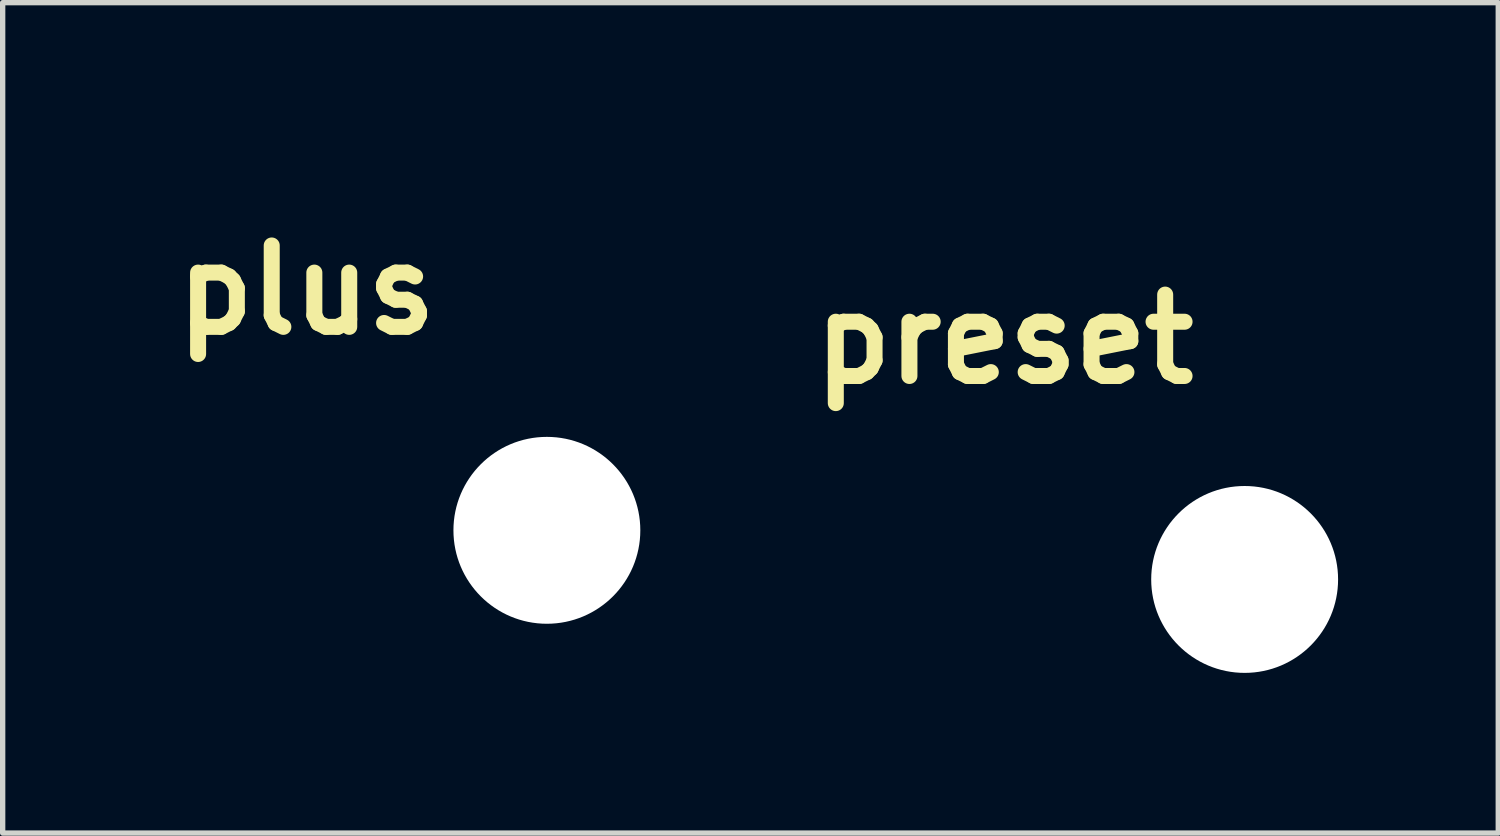
<source format=kicad_pcb>
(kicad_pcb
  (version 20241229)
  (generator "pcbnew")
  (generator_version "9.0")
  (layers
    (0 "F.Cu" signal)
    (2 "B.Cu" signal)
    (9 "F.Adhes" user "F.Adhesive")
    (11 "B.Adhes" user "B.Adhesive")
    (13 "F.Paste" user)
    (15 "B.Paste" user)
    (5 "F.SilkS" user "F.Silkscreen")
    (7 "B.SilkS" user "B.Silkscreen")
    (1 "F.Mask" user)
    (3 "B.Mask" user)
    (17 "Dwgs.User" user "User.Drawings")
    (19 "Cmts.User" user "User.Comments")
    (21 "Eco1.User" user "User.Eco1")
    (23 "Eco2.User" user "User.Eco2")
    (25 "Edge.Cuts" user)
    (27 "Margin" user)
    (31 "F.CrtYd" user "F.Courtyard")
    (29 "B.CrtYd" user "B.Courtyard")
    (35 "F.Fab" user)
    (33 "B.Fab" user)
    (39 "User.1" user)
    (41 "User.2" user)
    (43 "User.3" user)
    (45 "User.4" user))
  (footprint "plus"
    (layer "F.Cu")
    (at 7.192 6.882)
    (property "Reference" "plus" (at -4.5 -4.5 0) (layer "F.SilkS") (effects (font (size 1.524 1.524) (thickness 0.3))))
    (attr through_hole)
    (fp_poly (pts (xy -4.405 -6.873) (xy -4.332 -6.854) (xy -4.267 -6.82) (xy -4.209 -6.772) (xy -4.16 -6.711) (xy -4.123 -6.641) (xy -4.12 -6.635) (xy -4.118 -6.627) (xy -4.116 -6.617) (xy -4.114 -6.604) (xy -4.112 -6.588) (xy -4.111 -6.566) (xy -4.11 -6.538) (xy -4.109 -6.503) (xy -4.108 -6.46) (xy -4.107 -6.407) (xy -4.107 -6.345) (xy -4.106 -6.271) (xy -4.106 -6.186) (xy -4.105 -6.087) (xy -4.105 -5.974) (xy -4.104 -5.845) (xy -4.104 -5.747) (xy -4.102 -4.89) (xy -2.388 -4.885) (xy -2.342 -4.865) (xy -2.272 -4.827) (xy -2.213 -4.778) (xy -2.167 -4.719) (xy -2.135 -4.652) (xy -2.117 -4.579) (xy -2.115 -4.509) (xy -2.127 -4.437) (xy -2.155 -4.368) (xy -2.196 -4.306) (xy -2.248 -4.254) (xy -2.31 -4.213) (xy -2.316 -4.21) (xy -2.371 -4.183) (xy -3.237 -4.18) (xy -4.102 -4.178) (xy -4.104 -3.283) (xy -4.104 -3.139) (xy -4.105 -3.01) (xy -4.105 -2.896) (xy -4.105 -2.796) (xy -4.106 -2.709) (xy -4.106 -2.634) (xy -4.107 -2.57) (xy -4.109 -2.515) (xy -4.11 -2.47) (xy -4.112 -2.432) (xy -4.115 -2.401) (xy -4.118 -2.376) (xy -4.122 -2.355) (xy -4.126 -2.339) (xy -4.132 -2.325) (xy -4.138 -2.313) (xy -4.145 -2.301) (xy -4.153 -2.29) (xy -4.162 -2.277) (xy -4.169 -2.266) (xy -4.212 -2.215) (xy -4.267 -2.172) (xy -4.329 -2.14) (xy -4.396 -2.12) (xy -4.465 -2.113) (xy -4.532 -2.12) (xy -4.564 -2.128) (xy -4.635 -2.161) (xy -4.697 -2.206) (xy -4.749 -2.262) (xy -4.786 -2.323) (xy -4.809 -2.371) (xy -4.813 -3.273) (xy -4.817 -4.174) (xy -5.719 -4.178) (xy -6.62 -4.183) (xy -6.676 -4.21) (xy -6.739 -4.25) (xy -6.792 -4.301) (xy -6.834 -4.363) (xy -6.862 -4.431) (xy -6.876 -4.503) (xy -6.877 -4.509) (xy -6.873 -4.587) (xy -6.854 -4.659) (xy -6.82 -4.725) (xy -6.772 -4.783) (xy -6.711 -4.832) (xy -6.641 -4.869) (xy -6.635 -4.871) (xy -6.627 -4.874) (xy -6.618 -4.876) (xy -6.605 -4.878) (xy -6.589 -4.879) (xy -6.567 -4.881) (xy -6.54 -4.882) (xy -6.506 -4.883) (xy -6.463 -4.884) (xy -6.412 -4.884) (xy -6.351 -4.885) (xy -6.279 -4.885) (xy -6.195 -4.886) (xy -6.099 -4.886) (xy -5.988 -4.887) (xy -5.863 -4.887) (xy -5.721 -4.887) (xy -5.708 -4.887) (xy -4.813 -4.89) (xy -4.811 -5.755) (xy -4.809 -6.62) (xy -4.782 -6.676) (xy -4.742 -6.739) (xy -4.69 -6.792) (xy -4.629 -6.834) (xy -4.561 -6.862) (xy -4.489 -6.876) (xy -4.482 -6.877) (xy -4.405 -6.873)) (stroke (width 0.01) (type solid)) (fill yes) (layer "F.Mask"))
    (fp_poly (pts (xy -4.405 -6.873) (xy -4.332 -6.854) (xy -4.267 -6.82) (xy -4.209 -6.772) (xy -4.16 -6.711) (xy -4.123 -6.641) (xy -4.12 -6.635) (xy -4.118 -6.627) (xy -4.116 -6.617) (xy -4.114 -6.604) (xy -4.112 -6.588) (xy -4.111 -6.566) (xy -4.11 -6.538) (xy -4.109 -6.503) (xy -4.108 -6.46) (xy -4.107 -6.407) (xy -4.107 -6.345) (xy -4.106 -6.271) (xy -4.106 -6.186) (xy -4.105 -6.087) (xy -4.105 -5.974) (xy -4.104 -5.845) (xy -4.104 -5.747) (xy -4.102 -4.89) (xy -2.388 -4.885) (xy -2.342 -4.865) (xy -2.272 -4.827) (xy -2.213 -4.778) (xy -2.167 -4.719) (xy -2.135 -4.652) (xy -2.117 -4.579) (xy -2.115 -4.509) (xy -2.127 -4.437) (xy -2.155 -4.368) (xy -2.196 -4.306) (xy -2.248 -4.254) (xy -2.31 -4.213) (xy -2.316 -4.21) (xy -2.371 -4.183) (xy -3.237 -4.18) (xy -4.102 -4.178) (xy -4.104 -3.283) (xy -4.104 -3.139) (xy -4.105 -3.01) (xy -4.105 -2.896) (xy -4.105 -2.796) (xy -4.106 -2.709) (xy -4.106 -2.634) (xy -4.107 -2.57) (xy -4.109 -2.515) (xy -4.11 -2.47) (xy -4.112 -2.432) (xy -4.115 -2.401) (xy -4.118 -2.376) (xy -4.122 -2.355) (xy -4.126 -2.339) (xy -4.132 -2.325) (xy -4.138 -2.313) (xy -4.145 -2.301) (xy -4.153 -2.29) (xy -4.162 -2.277) (xy -4.169 -2.266) (xy -4.212 -2.215) (xy -4.267 -2.172) (xy -4.329 -2.14) (xy -4.396 -2.12) (xy -4.465 -2.113) (xy -4.532 -2.12) (xy -4.564 -2.128) (xy -4.635 -2.161) (xy -4.697 -2.206) (xy -4.749 -2.262) (xy -4.786 -2.323) (xy -4.809 -2.371) (xy -4.813 -3.273) (xy -4.817 -4.174) (xy -5.719 -4.178) (xy -6.62 -4.183) (xy -6.676 -4.21) (xy -6.739 -4.25) (xy -6.792 -4.301) (xy -6.834 -4.363) (xy -6.862 -4.431) (xy -6.876 -4.503) (xy -6.877 -4.509) (xy -6.873 -4.587) (xy -6.854 -4.659) (xy -6.82 -4.725) (xy -6.772 -4.783) (xy -6.711 -4.832) (xy -6.641 -4.869) (xy -6.635 -4.871) (xy -6.627 -4.874) (xy -6.618 -4.876) (xy -6.605 -4.878) (xy -6.589 -4.879) (xy -6.567 -4.881) (xy -6.54 -4.882) (xy -6.506 -4.883) (xy -6.463 -4.884) (xy -6.412 -4.884) (xy -6.351 -4.885) (xy -6.279 -4.885) (xy -6.195 -4.886) (xy -6.099 -4.886) (xy -5.988 -4.887) (xy -5.863 -4.887) (xy -5.721 -4.887) (xy -5.708 -4.887) (xy -4.813 -4.89) (xy -4.811 -5.755) (xy -4.809 -6.62) (xy -4.782 -6.676) (xy -4.742 -6.739) (xy -4.69 -6.792) (xy -4.629 -6.834) (xy -4.561 -6.862) (xy -4.489 -6.876) (xy -4.482 -6.877) (xy -4.405 -6.873)) (stroke (width 0.01) (type solid)) (fill yes) (layer "B.Mask"))
    (pad "" np_thru_hole circle (at 0 0) (size 3.5 3.5) (drill 3.5) (layers "*.Cu" "*.Mask")))
  (footprint "preset"
    (layer "F.Cu")
    (at 20.26 7.802)
    (property "Reference" "preset" (at -4.5 -4.5 0) (layer "F.SilkS") (effects (font (size 1.524 1.524) (thickness 0.3))))
    (attr through_hole)
    (fp_poly (pts (xy -2.421 -5.882) (xy -2.375 -5.853) (xy -2.34 -5.819) (xy -2.312 -5.777) (xy -2.287 -5.731) (xy -2.284 -5.314) (xy -2.284 -5.213) (xy -2.283 -5.127) (xy -2.284 -5.056) (xy -2.284 -4.997) (xy -2.286 -4.948) (xy -2.288 -4.909) (xy -2.292 -4.878) (xy -2.296 -4.854) (xy -2.303 -4.834) (xy -2.311 -4.817) (xy -2.32 -4.803) (xy -2.332 -4.788) (xy -2.346 -4.773) (xy -2.346 -4.772) (xy -2.394 -4.731) (xy -2.447 -4.704) (xy -2.503 -4.692) (xy -2.56 -4.693) (xy -2.615 -4.707) (xy -2.666 -4.734) (xy -2.71 -4.775) (xy -2.745 -4.827) (xy -2.746 -4.829) (xy -2.769 -4.877) (xy -2.775 -5.414) (xy -6.217 -5.414) (xy -6.22 -5.145) (xy -6.22 -5.07) (xy -6.221 -5.01) (xy -6.222 -4.963) (xy -6.224 -4.927) (xy -6.225 -4.899) (xy -6.228 -4.879) (xy -6.231 -4.863) (xy -6.235 -4.851) (xy -6.24 -4.839) (xy -6.24 -4.838) (xy -6.273 -4.786) (xy -6.316 -4.743) (xy -6.367 -4.712) (xy -6.422 -4.693) (xy -6.48 -4.689) (xy -6.517 -4.695) (xy -6.577 -4.718) (xy -6.629 -4.755) (xy -6.648 -4.775) (xy -6.662 -4.791) (xy -6.673 -4.805) (xy -6.682 -4.819) (xy -6.69 -4.836) (xy -6.696 -4.855) (xy -6.7 -4.88) (xy -6.704 -4.911) (xy -6.706 -4.95) (xy -6.707 -4.999) (xy -6.708 -5.058) (xy -6.708 -5.13) (xy -6.708 -5.216) (xy -6.707 -5.314) (xy -6.707 -5.408) (xy -6.706 -5.488) (xy -6.706 -5.553) (xy -6.705 -5.607) (xy -6.704 -5.649) (xy -6.703 -5.682) (xy -6.701 -5.707) (xy -6.699 -5.725) (xy -6.697 -5.739) (xy -6.694 -5.75) (xy -6.69 -5.758) (xy -6.686 -5.766) (xy -6.657 -5.813) (xy -6.623 -5.848) (xy -6.581 -5.876) (xy -6.536 -5.901) (xy -2.456 -5.901) (xy -2.421 -5.882)) (stroke (width 0.01) (type solid)) (fill yes) (layer "F.Mask"))
    (fp_poly (pts (xy -2.421 -7.778) (xy -2.375 -7.749) (xy -2.34 -7.715) (xy -2.312 -7.673) (xy -2.287 -7.627) (xy -2.284 -7.209) (xy -2.284 -7.109) (xy -2.283 -7.023) (xy -2.284 -6.952) (xy -2.284 -6.892) (xy -2.286 -6.844) (xy -2.288 -6.805) (xy -2.292 -6.774) (xy -2.296 -6.75) (xy -2.303 -6.73) (xy -2.311 -6.713) (xy -2.32 -6.699) (xy -2.332 -6.684) (xy -2.346 -6.669) (xy -2.346 -6.668) (xy -2.394 -6.627) (xy -2.447 -6.6) (xy -2.503 -6.587) (xy -2.56 -6.588) (xy -2.615 -6.603) (xy -2.666 -6.63) (xy -2.71 -6.67) (xy -2.745 -6.723) (xy -2.746 -6.724) (xy -2.769 -6.773) (xy -2.775 -7.31) (xy -6.217 -7.31) (xy -6.22 -7.041) (xy -6.22 -6.966) (xy -6.221 -6.906) (xy -6.222 -6.859) (xy -6.224 -6.823) (xy -6.225 -6.795) (xy -6.228 -6.775) (xy -6.231 -6.759) (xy -6.235 -6.747) (xy -6.24 -6.735) (xy -6.24 -6.734) (xy -6.257 -6.703) (xy -6.279 -6.672) (xy -6.285 -6.665) (xy -6.324 -6.631) (xy -6.373 -6.606) (xy -6.426 -6.59) (xy -6.479 -6.586) (xy -6.527 -6.593) (xy -6.574 -6.612) (xy -6.61 -6.634) (xy -6.643 -6.665) (xy -6.648 -6.671) (xy -6.662 -6.687) (xy -6.673 -6.701) (xy -6.682 -6.715) (xy -6.69 -6.732) (xy -6.696 -6.751) (xy -6.7 -6.776) (xy -6.704 -6.807) (xy -6.706 -6.846) (xy -6.707 -6.895) (xy -6.708 -6.954) (xy -6.708 -7.026) (xy -6.708 -7.112) (xy -6.707 -7.209) (xy -6.707 -7.304) (xy -6.706 -7.384) (xy -6.706 -7.449) (xy -6.705 -7.502) (xy -6.704 -7.545) (xy -6.703 -7.578) (xy -6.701 -7.603) (xy -6.699 -7.621) (xy -6.697 -7.635) (xy -6.694 -7.645) (xy -6.69 -7.654) (xy -6.686 -7.662) (xy -6.657 -7.709) (xy -6.623 -7.744) (xy -6.581 -7.772) (xy -6.536 -7.797) (xy -2.456 -7.797) (xy -2.421 -7.778)) (stroke (width 0.01) (type solid)) (fill yes) (layer "F.Mask"))
    (fp_poly (pts (xy -4.522 -3.958) (xy -2.515 -3.958) (xy -2.473 -3.938) (xy -2.442 -3.92) (xy -2.411 -3.895) (xy -2.396 -3.881) (xy -2.387 -3.872) (xy -2.38 -3.864) (xy -2.373 -3.857) (xy -2.366 -3.85) (xy -2.361 -3.841) (xy -2.356 -3.83) (xy -2.351 -3.816) (xy -2.348 -3.799) (xy -2.345 -3.777) (xy -2.342 -3.749) (xy -2.34 -3.716) (xy -2.338 -3.675) (xy -2.336 -3.626) (xy -2.335 -3.569) (xy -2.335 -3.502) (xy -2.334 -3.425) (xy -2.334 -3.336) (xy -2.334 -3.235) (xy -2.334 -3.121) (xy -2.334 -2.994) (xy -2.335 -2.852) (xy -2.335 -2.694) (xy -2.335 -2.562) (xy -2.337 -1.356) (xy -2.361 -1.316) (xy -2.382 -1.286) (xy -2.408 -1.256) (xy -2.419 -1.247) (xy -2.425 -1.241) (xy -2.431 -1.235) (xy -2.436 -1.23) (xy -2.441 -1.225) (xy -2.447 -1.221) (xy -2.454 -1.217) (xy -2.464 -1.213) (xy -2.476 -1.21) (xy -2.492 -1.207) (xy -2.511 -1.204) (xy -2.536 -1.202) (xy -2.565 -1.2) (xy -2.601 -1.198) (xy -2.643 -1.197) (xy -2.692 -1.195) (xy -2.75 -1.194) (xy -2.815 -1.193) (xy -2.89 -1.193) (xy -2.975 -1.192) (xy -3.07 -1.191) (xy -3.177 -1.191) (xy -3.295 -1.191) (xy -3.425 -1.191) (xy -3.569 -1.191) (xy -3.726 -1.191) (xy -3.897 -1.191) (xy -4.084 -1.191) (xy -4.286 -1.191) (xy -4.504 -1.191) (xy -4.521 -1.191) (xy -4.742 -1.191) (xy -4.948 -1.191) (xy -5.137 -1.191) (xy -5.312 -1.191) (xy -5.472 -1.192) (xy -5.618 -1.192) (xy -5.751 -1.192) (xy -5.871 -1.192) (xy -5.978 -1.193) (xy -6.075 -1.193) (xy -6.16 -1.194) (xy -6.235 -1.194) (xy -6.3 -1.195) (xy -6.356 -1.195) (xy -6.403 -1.196) (xy -6.442 -1.197) (xy -6.474 -1.198) (xy -6.499 -1.199) (xy -6.518 -1.2) (xy -6.531 -1.201) (xy -6.54 -1.202) (xy -6.542 -1.203) (xy -6.598 -1.231) (xy -6.645 -1.271) (xy -6.681 -1.32) (xy -6.701 -1.368) (xy -6.702 -1.381) (xy -6.703 -1.411) (xy -6.704 -1.456) (xy -6.705 -1.518) (xy -6.706 -1.594) (xy -6.707 -1.686) (xy -6.707 -1.792) (xy -6.708 -1.912) (xy -6.708 -2.046) (xy -6.709 -2.193) (xy -6.709 -2.354) (xy -6.709 -2.526) (xy -6.709 -2.579) (xy -6.709 -2.748) (xy -6.709 -2.9) (xy -6.709 -3.037) (xy -6.709 -3.16) (xy -6.709 -3.269) (xy -6.709 -3.366) (xy -6.708 -3.45) (xy -6.708 -3.476) (xy -6.218 -3.476) (xy -6.218 -1.682) (xy -2.816 -1.682) (xy -2.816 -3.476) (xy -6.218 -3.476) (xy -6.708 -3.476) (xy -6.707 -3.524) (xy -6.706 -3.587) (xy -6.705 -3.642) (xy -6.704 -3.687) (xy -6.702 -3.725) (xy -6.699 -3.757) (xy -6.696 -3.782) (xy -6.693 -3.802) (xy -6.689 -3.818) (xy -6.685 -3.831) (xy -6.679 -3.841) (xy -6.674 -3.85) (xy -6.667 -3.857) (xy -6.66 -3.865) (xy -6.652 -3.873) (xy -6.649 -3.877) (xy -6.621 -3.903) (xy -6.589 -3.927) (xy -6.572 -3.936) (xy -6.528 -3.958) (xy -4.522 -3.958)) (stroke (width 0.01) (type solid)) (fill yes) (layer "F.Mask"))
    (fp_poly (pts (xy -2.421 -5.882) (xy -2.375 -5.853) (xy -2.34 -5.819) (xy -2.312 -5.777) (xy -2.287 -5.731) (xy -2.284 -5.314) (xy -2.284 -5.213) (xy -2.283 -5.127) (xy -2.284 -5.056) (xy -2.284 -4.997) (xy -2.286 -4.948) (xy -2.288 -4.909) (xy -2.292 -4.878) (xy -2.296 -4.854) (xy -2.303 -4.834) (xy -2.311 -4.817) (xy -2.32 -4.803) (xy -2.332 -4.788) (xy -2.346 -4.773) (xy -2.346 -4.772) (xy -2.394 -4.731) (xy -2.447 -4.704) (xy -2.503 -4.692) (xy -2.56 -4.693) (xy -2.615 -4.707) (xy -2.666 -4.734) (xy -2.71 -4.775) (xy -2.745 -4.827) (xy -2.746 -4.829) (xy -2.769 -4.877) (xy -2.775 -5.414) (xy -6.217 -5.414) (xy -6.22 -5.145) (xy -6.22 -5.07) (xy -6.221 -5.01) (xy -6.222 -4.963) (xy -6.224 -4.927) (xy -6.225 -4.899) (xy -6.228 -4.879) (xy -6.231 -4.863) (xy -6.235 -4.851) (xy -6.24 -4.839) (xy -6.24 -4.838) (xy -6.273 -4.786) (xy -6.316 -4.743) (xy -6.367 -4.712) (xy -6.422 -4.693) (xy -6.48 -4.689) (xy -6.517 -4.695) (xy -6.577 -4.718) (xy -6.629 -4.755) (xy -6.648 -4.775) (xy -6.662 -4.791) (xy -6.673 -4.805) (xy -6.682 -4.819) (xy -6.69 -4.836) (xy -6.696 -4.855) (xy -6.7 -4.88) (xy -6.704 -4.911) (xy -6.706 -4.95) (xy -6.707 -4.999) (xy -6.708 -5.058) (xy -6.708 -5.13) (xy -6.708 -5.216) (xy -6.707 -5.314) (xy -6.707 -5.408) (xy -6.706 -5.488) (xy -6.706 -5.553) (xy -6.705 -5.607) (xy -6.704 -5.649) (xy -6.703 -5.682) (xy -6.701 -5.707) (xy -6.699 -5.725) (xy -6.697 -5.739) (xy -6.694 -5.75) (xy -6.69 -5.758) (xy -6.686 -5.766) (xy -6.657 -5.813) (xy -6.623 -5.848) (xy -6.581 -5.876) (xy -6.536 -5.901) (xy -2.456 -5.901) (xy -2.421 -5.882)) (stroke (width 0.01) (type solid)) (fill yes) (layer "B.Mask"))
    (fp_poly (pts (xy -2.421 -7.778) (xy -2.375 -7.749) (xy -2.34 -7.715) (xy -2.312 -7.673) (xy -2.287 -7.627) (xy -2.284 -7.209) (xy -2.284 -7.109) (xy -2.283 -7.023) (xy -2.284 -6.952) (xy -2.284 -6.892) (xy -2.286 -6.844) (xy -2.288 -6.805) (xy -2.292 -6.774) (xy -2.296 -6.75) (xy -2.303 -6.73) (xy -2.311 -6.713) (xy -2.32 -6.699) (xy -2.332 -6.684) (xy -2.346 -6.669) (xy -2.346 -6.668) (xy -2.394 -6.627) (xy -2.447 -6.6) (xy -2.503 -6.587) (xy -2.56 -6.588) (xy -2.615 -6.603) (xy -2.666 -6.63) (xy -2.71 -6.67) (xy -2.745 -6.723) (xy -2.746 -6.724) (xy -2.769 -6.773) (xy -2.775 -7.31) (xy -6.217 -7.31) (xy -6.22 -7.041) (xy -6.22 -6.966) (xy -6.221 -6.906) (xy -6.222 -6.859) (xy -6.224 -6.823) (xy -6.225 -6.795) (xy -6.228 -6.775) (xy -6.231 -6.759) (xy -6.235 -6.747) (xy -6.24 -6.735) (xy -6.24 -6.734) (xy -6.257 -6.703) (xy -6.279 -6.672) (xy -6.285 -6.665) (xy -6.324 -6.631) (xy -6.373 -6.606) (xy -6.426 -6.59) (xy -6.479 -6.586) (xy -6.527 -6.593) (xy -6.574 -6.612) (xy -6.61 -6.634) (xy -6.643 -6.665) (xy -6.648 -6.671) (xy -6.662 -6.687) (xy -6.673 -6.701) (xy -6.682 -6.715) (xy -6.69 -6.732) (xy -6.696 -6.751) (xy -6.7 -6.776) (xy -6.704 -6.807) (xy -6.706 -6.846) (xy -6.707 -6.895) (xy -6.708 -6.954) (xy -6.708 -7.026) (xy -6.708 -7.112) (xy -6.707 -7.209) (xy -6.707 -7.304) (xy -6.706 -7.384) (xy -6.706 -7.449) (xy -6.705 -7.502) (xy -6.704 -7.545) (xy -6.703 -7.578) (xy -6.701 -7.603) (xy -6.699 -7.621) (xy -6.697 -7.635) (xy -6.694 -7.645) (xy -6.69 -7.654) (xy -6.686 -7.662) (xy -6.657 -7.709) (xy -6.623 -7.744) (xy -6.581 -7.772) (xy -6.536 -7.797) (xy -2.456 -7.797) (xy -2.421 -7.778)) (stroke (width 0.01) (type solid)) (fill yes) (layer "B.Mask"))
    (fp_poly (pts (xy -4.522 -3.958) (xy -2.515 -3.958) (xy -2.473 -3.938) (xy -2.442 -3.92) (xy -2.411 -3.895) (xy -2.396 -3.881) (xy -2.387 -3.872) (xy -2.38 -3.864) (xy -2.373 -3.857) (xy -2.366 -3.85) (xy -2.361 -3.841) (xy -2.356 -3.83) (xy -2.351 -3.816) (xy -2.348 -3.799) (xy -2.345 -3.777) (xy -2.342 -3.749) (xy -2.34 -3.716) (xy -2.338 -3.675) (xy -2.336 -3.626) (xy -2.335 -3.569) (xy -2.335 -3.502) (xy -2.334 -3.425) (xy -2.334 -3.336) (xy -2.334 -3.235) (xy -2.334 -3.121) (xy -2.334 -2.994) (xy -2.335 -2.852) (xy -2.335 -2.694) (xy -2.335 -2.562) (xy -2.337 -1.356) (xy -2.361 -1.316) (xy -2.382 -1.286) (xy -2.408 -1.256) (xy -2.419 -1.247) (xy -2.425 -1.241) (xy -2.431 -1.235) (xy -2.436 -1.23) (xy -2.441 -1.225) (xy -2.447 -1.221) (xy -2.454 -1.217) (xy -2.464 -1.213) (xy -2.476 -1.21) (xy -2.492 -1.207) (xy -2.511 -1.204) (xy -2.536 -1.202) (xy -2.565 -1.2) (xy -2.601 -1.198) (xy -2.643 -1.197) (xy -2.692 -1.195) (xy -2.75 -1.194) (xy -2.815 -1.193) (xy -2.89 -1.193) (xy -2.975 -1.192) (xy -3.07 -1.191) (xy -3.177 -1.191) (xy -3.295 -1.191) (xy -3.425 -1.191) (xy -3.569 -1.191) (xy -3.726 -1.191) (xy -3.897 -1.191) (xy -4.084 -1.191) (xy -4.286 -1.191) (xy -4.504 -1.191) (xy -4.521 -1.191) (xy -4.742 -1.191) (xy -4.948 -1.191) (xy -5.137 -1.191) (xy -5.312 -1.191) (xy -5.472 -1.192) (xy -5.618 -1.192) (xy -5.751 -1.192) (xy -5.871 -1.192) (xy -5.978 -1.193) (xy -6.075 -1.193) (xy -6.16 -1.194) (xy -6.235 -1.194) (xy -6.3 -1.195) (xy -6.356 -1.195) (xy -6.403 -1.196) (xy -6.442 -1.197) (xy -6.474 -1.198) (xy -6.499 -1.199) (xy -6.518 -1.2) (xy -6.531 -1.201) (xy -6.54 -1.202) (xy -6.542 -1.203) (xy -6.598 -1.231) (xy -6.645 -1.271) (xy -6.681 -1.32) (xy -6.701 -1.368) (xy -6.702 -1.381) (xy -6.703 -1.411) (xy -6.704 -1.456) (xy -6.705 -1.518) (xy -6.706 -1.594) (xy -6.707 -1.686) (xy -6.707 -1.792) (xy -6.708 -1.912) (xy -6.708 -2.046) (xy -6.709 -2.193) (xy -6.709 -2.354) (xy -6.709 -2.526) (xy -6.709 -2.579) (xy -6.709 -2.748) (xy -6.709 -2.9) (xy -6.709 -3.037) (xy -6.709 -3.16) (xy -6.709 -3.269) (xy -6.709 -3.366) (xy -6.708 -3.45) (xy -6.708 -3.476) (xy -6.218 -3.476) (xy -6.218 -1.682) (xy -2.816 -1.682) (xy -2.816 -3.476) (xy -6.218 -3.476) (xy -6.708 -3.476) (xy -6.707 -3.524) (xy -6.706 -3.587) (xy -6.705 -3.642) (xy -6.704 -3.687) (xy -6.702 -3.725) (xy -6.699 -3.757) (xy -6.696 -3.782) (xy -6.693 -3.802) (xy -6.689 -3.818) (xy -6.685 -3.831) (xy -6.679 -3.841) (xy -6.674 -3.85) (xy -6.667 -3.857) (xy -6.66 -3.865) (xy -6.652 -3.873) (xy -6.649 -3.877) (xy -6.621 -3.903) (xy -6.589 -3.927) (xy -6.572 -3.936) (xy -6.528 -3.958) (xy -4.522 -3.958)) (stroke (width 0.01) (type solid)) (fill yes) (layer "B.Mask"))
    (pad "" np_thru_hole circle (at 0 0) (size 3.5 3.5) (drill 3.5) (layers "*.Cu" "*.Mask")))
  (gr_rect
    (start -3 -3)
    (end 25.01 12.552)
    (stroke (width 0.1) (type default))
    (fill no)
    (layer "Edge.Cuts")))
</source>
